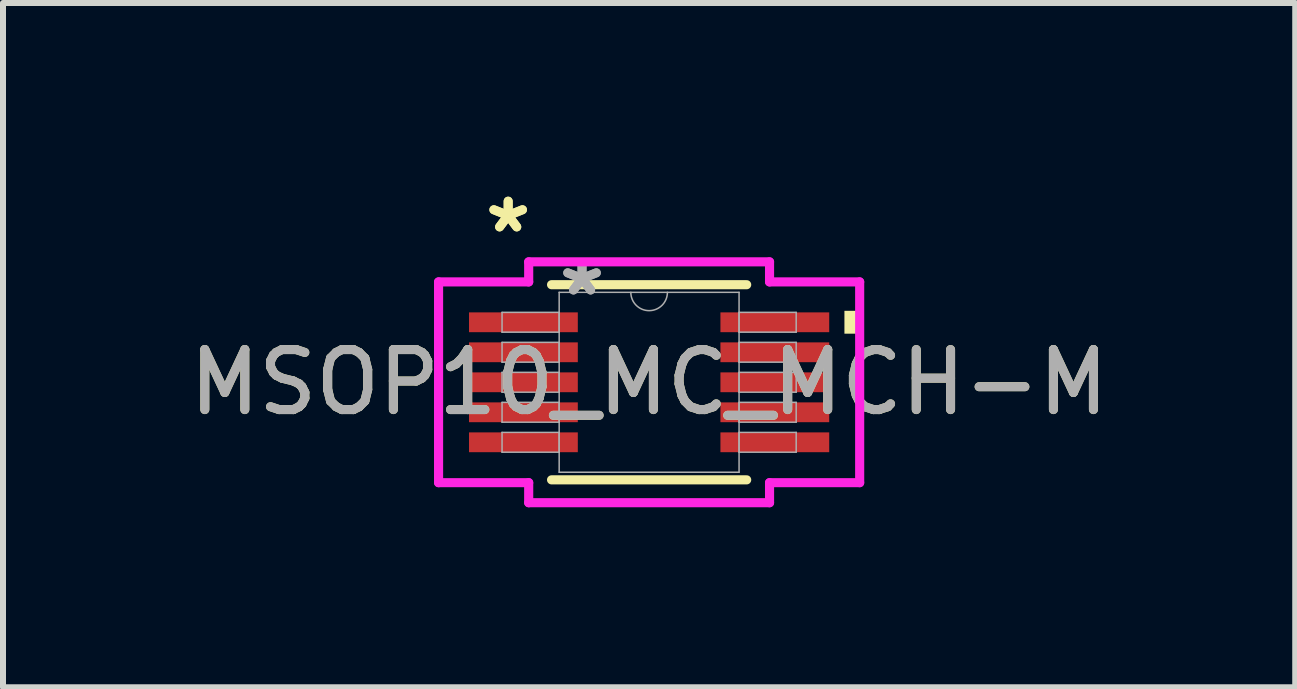
<source format=kicad_pcb>
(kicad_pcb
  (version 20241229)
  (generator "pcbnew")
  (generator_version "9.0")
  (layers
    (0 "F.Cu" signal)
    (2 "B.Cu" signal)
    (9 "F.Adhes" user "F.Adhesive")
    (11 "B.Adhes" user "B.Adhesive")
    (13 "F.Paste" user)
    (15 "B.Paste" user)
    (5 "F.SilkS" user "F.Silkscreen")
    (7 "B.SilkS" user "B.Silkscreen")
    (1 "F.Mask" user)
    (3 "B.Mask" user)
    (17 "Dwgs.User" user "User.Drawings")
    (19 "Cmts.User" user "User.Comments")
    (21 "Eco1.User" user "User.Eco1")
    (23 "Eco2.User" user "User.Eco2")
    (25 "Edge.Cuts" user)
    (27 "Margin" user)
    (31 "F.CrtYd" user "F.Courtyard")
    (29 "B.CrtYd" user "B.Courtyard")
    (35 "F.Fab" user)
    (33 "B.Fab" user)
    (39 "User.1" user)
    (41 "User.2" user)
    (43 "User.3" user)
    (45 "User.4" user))
  (footprint "MSOP10_MC_MCH-M"
    (layer "F.Cu")
    (at 7.768 3.321)
    (property "Reference" "MSOP10_MC_MCH-M" (at 0 0 0) (unlocked yes) (layer "F.SilkS") (effects (font (size 1 1) (thickness 0.15))))
    (attr smd)
    (fp_line (start -1.626 1.626) (end 1.626 1.626) (stroke (width 0.152) (type solid)) (layer "F.SilkS"))
    (fp_line (start 1.626 -1.626) (end -1.626 -1.626) (stroke (width 0.152) (type solid)) (layer "F.SilkS"))
    (fp_poly (pts (xy 3.509 -1.191) (xy 3.509 -0.81) (xy 3.255 -0.81) (xy 3.255 -1.191)) (stroke (width 0) (type solid)) (fill yes) (layer "F.SilkS"))
    (fp_line (start -3.509 -1.673) (end -2.007 -1.673) (stroke (width 0.152) (type solid)) (layer "F.CrtYd"))
    (fp_line (start -3.509 1.673) (end -3.509 -1.673) (stroke (width 0.152) (type solid)) (layer "F.CrtYd"))
    (fp_line (start -3.509 1.673) (end -2.007 1.673) (stroke (width 0.152) (type solid)) (layer "F.CrtYd"))
    (fp_line (start -2.007 -2.007) (end 2.007 -2.007) (stroke (width 0.152) (type solid)) (layer "F.CrtYd"))
    (fp_line (start -2.007 -1.673) (end -2.007 -2.007) (stroke (width 0.152) (type solid)) (layer "F.CrtYd"))
    (fp_line (start -2.007 2.007) (end -2.007 1.673) (stroke (width 0.152) (type solid)) (layer "F.CrtYd"))
    (fp_line (start 2.007 -2.007) (end 2.007 -1.673) (stroke (width 0.152) (type solid)) (layer "F.CrtYd"))
    (fp_line (start 2.007 1.673) (end 2.007 2.007) (stroke (width 0.152) (type solid)) (layer "F.CrtYd"))
    (fp_line (start 2.007 2.007) (end -2.007 2.007) (stroke (width 0.152) (type solid)) (layer "F.CrtYd"))
    (fp_line (start 3.509 -1.673) (end 2.007 -1.673) (stroke (width 0.152) (type solid)) (layer "F.CrtYd"))
    (fp_line (start 3.509 -1.673) (end 3.509 1.673) (stroke (width 0.152) (type solid)) (layer "F.CrtYd"))
    (fp_line (start 3.509 1.673) (end 2.007 1.673) (stroke (width 0.152) (type solid)) (layer "F.CrtYd"))
    (fp_line (start -2.451 -1.165) (end -2.451 -0.835) (stroke (width 0.025) (type solid)) (layer "F.Fab"))
    (fp_line (start -2.451 -0.835) (end -1.499 -0.835) (stroke (width 0.025) (type solid)) (layer "F.Fab"))
    (fp_line (start -2.451 -0.665) (end -2.451 -0.335) (stroke (width 0.025) (type solid)) (layer "F.Fab"))
    (fp_line (start -2.451 -0.335) (end -1.499 -0.335) (stroke (width 0.025) (type solid)) (layer "F.Fab"))
    (fp_line (start -2.451 -0.165) (end -2.451 0.165) (stroke (width 0.025) (type solid)) (layer "F.Fab"))
    (fp_line (start -2.451 0.165) (end -1.499 0.165) (stroke (width 0.025) (type solid)) (layer "F.Fab"))
    (fp_line (start -2.451 0.335) (end -2.451 0.665) (stroke (width 0.025) (type solid)) (layer "F.Fab"))
    (fp_line (start -2.451 0.665) (end -1.499 0.665) (stroke (width 0.025) (type solid)) (layer "F.Fab"))
    (fp_line (start -2.451 0.835) (end -2.451 1.165) (stroke (width 0.025) (type solid)) (layer "F.Fab"))
    (fp_line (start -2.451 1.165) (end -1.499 1.165) (stroke (width 0.025) (type solid)) (layer "F.Fab"))
    (fp_line (start -1.499 -1.499) (end -1.499 1.499) (stroke (width 0.025) (type solid)) (layer "F.Fab"))
    (fp_line (start -1.499 -1.165) (end -2.451 -1.165) (stroke (width 0.025) (type solid)) (layer "F.Fab"))
    (fp_line (start -1.499 -0.835) (end -1.499 -1.165) (stroke (width 0.025) (type solid)) (layer "F.Fab"))
    (fp_line (start -1.499 -0.665) (end -2.451 -0.665) (stroke (width 0.025) (type solid)) (layer "F.Fab"))
    (fp_line (start -1.499 -0.335) (end -1.499 -0.665) (stroke (width 0.025) (type solid)) (layer "F.Fab"))
    (fp_line (start -1.499 -0.165) (end -2.451 -0.165) (stroke (width 0.025) (type solid)) (layer "F.Fab"))
    (fp_line (start -1.499 0.165) (end -1.499 -0.165) (stroke (width 0.025) (type solid)) (layer "F.Fab"))
    (fp_line (start -1.499 0.335) (end -2.451 0.335) (stroke (width 0.025) (type solid)) (layer "F.Fab"))
    (fp_line (start -1.499 0.665) (end -1.499 0.335) (stroke (width 0.025) (type solid)) (layer "F.Fab"))
    (fp_line (start -1.499 0.835) (end -2.451 0.835) (stroke (width 0.025) (type solid)) (layer "F.Fab"))
    (fp_line (start -1.499 1.165) (end -1.499 0.835) (stroke (width 0.025) (type solid)) (layer "F.Fab"))
    (fp_line (start -1.499 1.499) (end 1.499 1.499) (stroke (width 0.025) (type solid)) (layer "F.Fab"))
    (fp_line (start 1.499 -1.499) (end -1.499 -1.499) (stroke (width 0.025) (type solid)) (layer "F.Fab"))
    (fp_line (start 1.499 -1.165) (end 1.499 -0.835) (stroke (width 0.025) (type solid)) (layer "F.Fab"))
    (fp_line (start 1.499 -0.835) (end 2.451 -0.835) (stroke (width 0.025) (type solid)) (layer "F.Fab"))
    (fp_line (start 1.499 -0.665) (end 1.499 -0.335) (stroke (width 0.025) (type solid)) (layer "F.Fab"))
    (fp_line (start 1.499 -0.335) (end 2.451 -0.335) (stroke (width 0.025) (type solid)) (layer "F.Fab"))
    (fp_line (start 1.499 -0.165) (end 1.499 0.165) (stroke (width 0.025) (type solid)) (layer "F.Fab"))
    (fp_line (start 1.499 0.165) (end 2.451 0.165) (stroke (width 0.025) (type solid)) (layer "F.Fab"))
    (fp_line (start 1.499 0.335) (end 1.499 0.665) (stroke (width 0.025) (type solid)) (layer "F.Fab"))
    (fp_line (start 1.499 0.665) (end 2.451 0.665) (stroke (width 0.025) (type solid)) (layer "F.Fab"))
    (fp_line (start 1.499 0.835) (end 1.499 1.165) (stroke (width 0.025) (type solid)) (layer "F.Fab"))
    (fp_line (start 1.499 1.165) (end 2.451 1.165) (stroke (width 0.025) (type solid)) (layer "F.Fab"))
    (fp_line (start 1.499 1.499) (end 1.499 -1.499) (stroke (width 0.025) (type solid)) (layer "F.Fab"))
    (fp_line (start 2.451 -1.165) (end 1.499 -1.165) (stroke (width 0.025) (type solid)) (layer "F.Fab"))
    (fp_line (start 2.451 -0.835) (end 2.451 -1.165) (stroke (width 0.025) (type solid)) (layer "F.Fab"))
    (fp_line (start 2.451 -0.665) (end 1.499 -0.665) (stroke (width 0.025) (type solid)) (layer "F.Fab"))
    (fp_line (start 2.451 -0.335) (end 2.451 -0.665) (stroke (width 0.025) (type solid)) (layer "F.Fab"))
    (fp_line (start 2.451 -0.165) (end 1.499 -0.165) (stroke (width 0.025) (type solid)) (layer "F.Fab"))
    (fp_line (start 2.451 0.165) (end 2.451 -0.165) (stroke (width 0.025) (type solid)) (layer "F.Fab"))
    (fp_line (start 2.451 0.335) (end 1.499 0.335) (stroke (width 0.025) (type solid)) (layer "F.Fab"))
    (fp_line (start 2.451 0.665) (end 2.451 0.335) (stroke (width 0.025) (type solid)) (layer "F.Fab"))
    (fp_line (start 2.451 0.835) (end 1.499 0.835) (stroke (width 0.025) (type solid)) (layer "F.Fab"))
    (fp_line (start 2.451 1.165) (end 2.451 0.835) (stroke (width 0.025) (type solid)) (layer "F.Fab"))
    (fp_arc (start 0.3048 -1.4986) (mid 0 -1.1938) (end -0.3048 -1.4986) (stroke (width 0.0254) (type solid)) (layer "F.Fab"))
    (fp_text user "*" (at -2.349 -2.473 0) (unlocked yes) (layer "F.SilkS") (effects (font (size 1 1) (thickness 0.15))))
    (fp_text user "*" (at -2.349 -2.473 0) (layer "F.SilkS") (effects (font (size 1 1) (thickness 0.15))))
    (fp_text user "*" (at -1.118 -1.422 0) (layer "F.Fab") (effects (font (size 1 1) (thickness 0.15))))
    (fp_text user "${REFERENCE}" (at 0 0 0) (unlocked yes) (layer "F.Fab") (effects (font (size 1 1) (thickness 0.15))))
    (fp_text user "*" (at -1.118 -1.422 0) (unlocked yes) (layer "F.Fab") (effects (font (size 1 1) (thickness 0.15))))
    (pad "1" smd rect (at -2.095 -1) (size 1.813 0.33) (layers "F.Cu" "F.Mask" "F.Paste"))
    (pad "2" smd rect (at -2.095 -0.5) (size 1.813 0.33) (layers "F.Cu" "F.Mask" "F.Paste"))
    (pad "3" smd rect (at -2.095 0) (size 1.813 0.33) (layers "F.Cu" "F.Mask" "F.Paste"))
    (pad "4" smd rect (at -2.095 0.5) (size 1.813 0.33) (layers "F.Cu" "F.Mask" "F.Paste"))
    (pad "5" smd rect (at -2.095 1) (size 1.813 0.33) (layers "F.Cu" "F.Mask" "F.Paste"))
    (pad "6" smd rect (at 2.095 1) (size 1.813 0.33) (layers "F.Cu" "F.Mask" "F.Paste"))
    (pad "7" smd rect (at 2.095 0.5) (size 1.813 0.33) (layers "F.Cu" "F.Mask" "F.Paste"))
    (pad "8" smd rect (at 2.095 0) (size 1.813 0.33) (layers "F.Cu" "F.Mask" "F.Paste"))
    (pad "9" smd rect (at 2.095 -0.5) (size 1.813 0.33) (layers "F.Cu" "F.Mask" "F.Paste"))
    (pad "10" smd rect (at 2.095 -1) (size 1.813 0.33) (layers "F.Cu" "F.Mask" "F.Paste")))
  (gr_rect
    (start -3 -3)
    (end 18.536 8.404)
    (stroke (width 0.1) (type default))
    (fill no)
    (layer "Edge.Cuts")))
</source>
